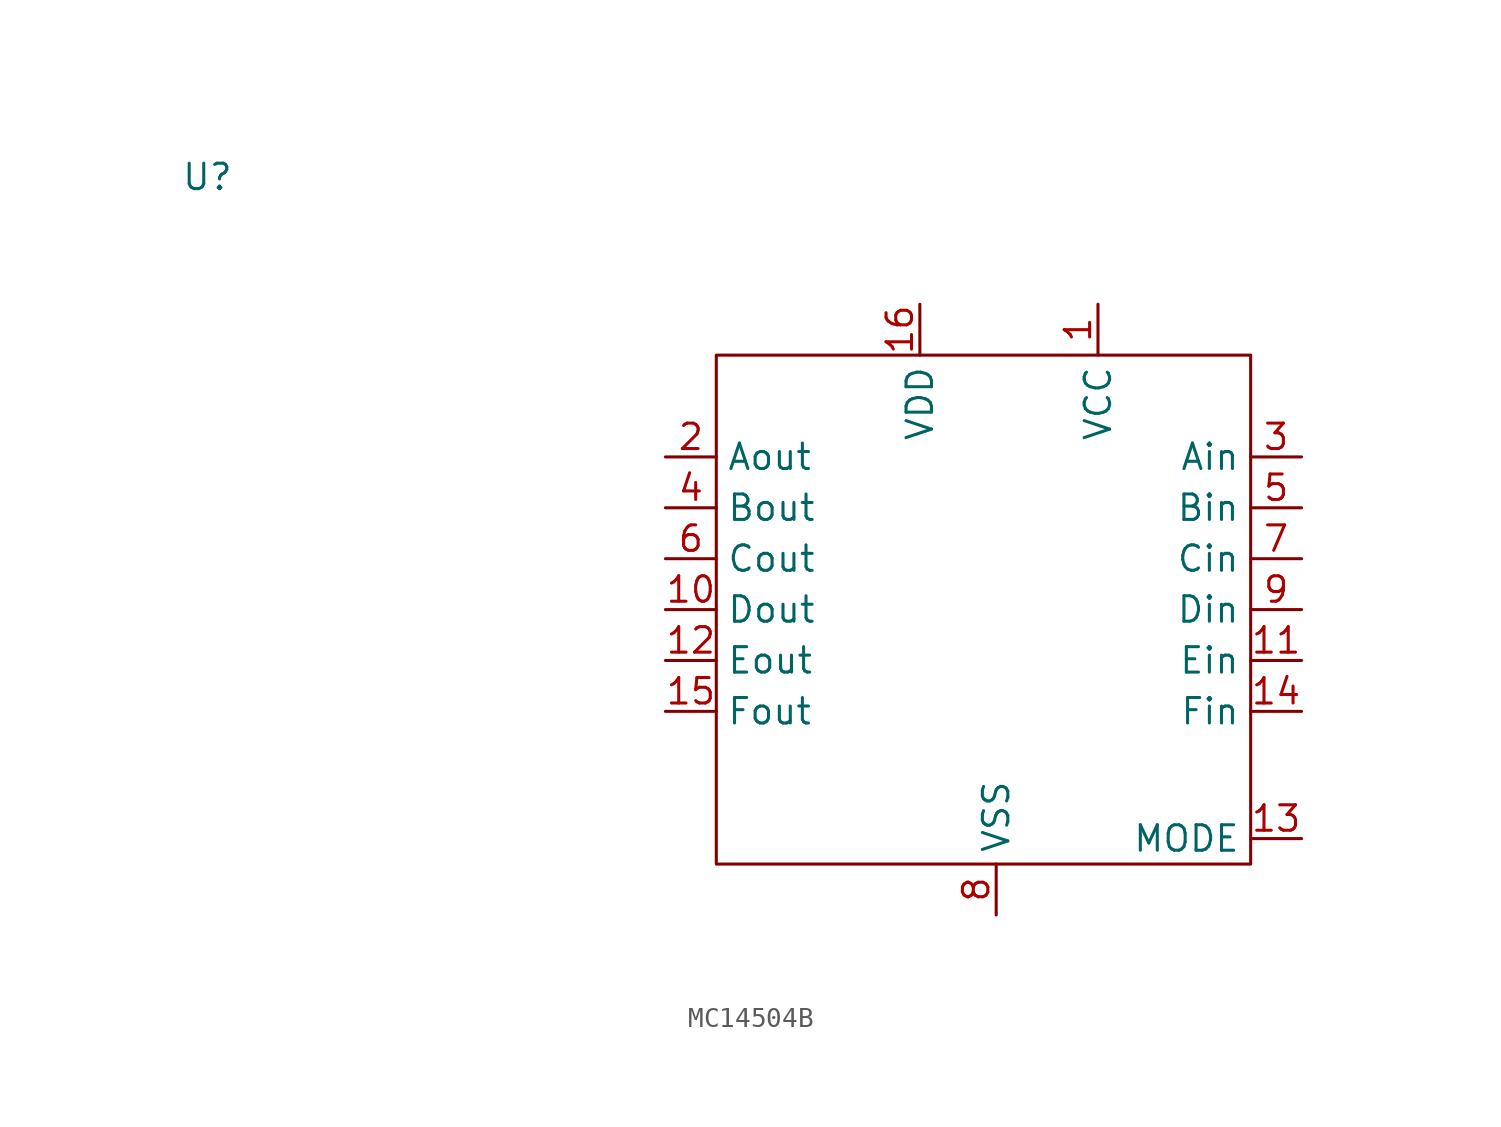
<source format=kicad_sym>
(kicad_symbol_lib
  (version 20231120)
  (generator "kicad_symbol_editor")
  (generator_version "8.0")
  (symbol "MC14504B"
    (property "Reference" "U"
      (at -40.64 15.24 0)
      (effects (font (size 1.27 1.27))))
    (property "Value" ""
      (at -40.64 15.24 0)
      (effects (font (size 1.27 1.27))))
    (symbol "MC14504B_0_0"
      (pin power_in line (at 3.81 8.89 270) (length 2.54) (name "VCC" (effects (font (size 1.27 1.27)))) (number "1" (effects (font (size 1.27 1.27)))))
      (pin output line (at -17.78 -6.35 0) (length 2.54) (name "Dout" (effects (font (size 1.27 1.27)))) (number "10" (effects (font (size 1.27 1.27)))))
      (pin input line (at 13.97 -8.89 180) (length 2.54) (name "Ein" (effects (font (size 1.27 1.27)))) (number "11" (effects (font (size 1.27 1.27)))))
      (pin output line (at -17.78 -8.89 0) (length 2.54) (name "Eout" (effects (font (size 1.27 1.27)))) (number "12" (effects (font (size 1.27 1.27)))))
      (pin input line (at 13.97 -17.78 180) (length 2.54) (name "MODE" (effects (font (size 1.27 1.27)))) (number "13" (effects (font (size 1.27 1.27)))))
      (pin input line (at 13.97 -11.43 180) (length 2.54) (name "Fin" (effects (font (size 1.27 1.27)))) (number "14" (effects (font (size 1.27 1.27)))))
      (pin output line (at -17.78 -11.43 0) (length 2.54) (name "Fout" (effects (font (size 1.27 1.27)))) (number "15" (effects (font (size 1.27 1.27)))))
      (pin power_in line (at -5.08 8.89 270) (length 2.54) (name "VDD" (effects (font (size 1.27 1.27)))) (number "16" (effects (font (size 1.27 1.27)))))
      (pin output line (at -17.78 1.27 0) (length 2.54) (name "Aout" (effects (font (size 1.27 1.27)))) (number "2" (effects (font (size 1.27 1.27)))))
      (pin input line (at 13.97 1.27 180) (length 2.54) (name "Ain" (effects (font (size 1.27 1.27)))) (number "3" (effects (font (size 1.27 1.27)))))
      (pin output line (at -17.78 -1.27 0) (length 2.54) (name "Bout" (effects (font (size 1.27 1.27)))) (number "4" (effects (font (size 1.27 1.27)))))
      (pin input line (at 13.97 -1.27 180) (length 2.54) (name "Bin" (effects (font (size 1.27 1.27)))) (number "5" (effects (font (size 1.27 1.27)))))
      (pin output line (at -17.78 -3.81 0) (length 2.54) (name "Cout" (effects (font (size 1.27 1.27)))) (number "6" (effects (font (size 1.27 1.27)))))
      (pin input line (at 13.97 -3.81 180) (length 2.54) (name "Cin" (effects (font (size 1.27 1.27)))) (number "7" (effects (font (size 1.27 1.27)))))
      (pin power_in line (at -1.27 -21.59 90) (length 2.54) (name "VSS" (effects (font (size 1.27 1.27)))) (number "8" (effects (font (size 1.27 1.27)))))
      (pin input line (at 13.97 -6.35 180) (length 2.54) (name "Din" (effects (font (size 1.27 1.27)))) (number "9" (effects (font (size 1.27 1.27))))))
    (symbol "MC14504B_0_1"
      (rectangle (start -15.24 6.35) (end 11.43 -19.05) (stroke (width 0) (type default)) (fill (type none))))))
</source>
